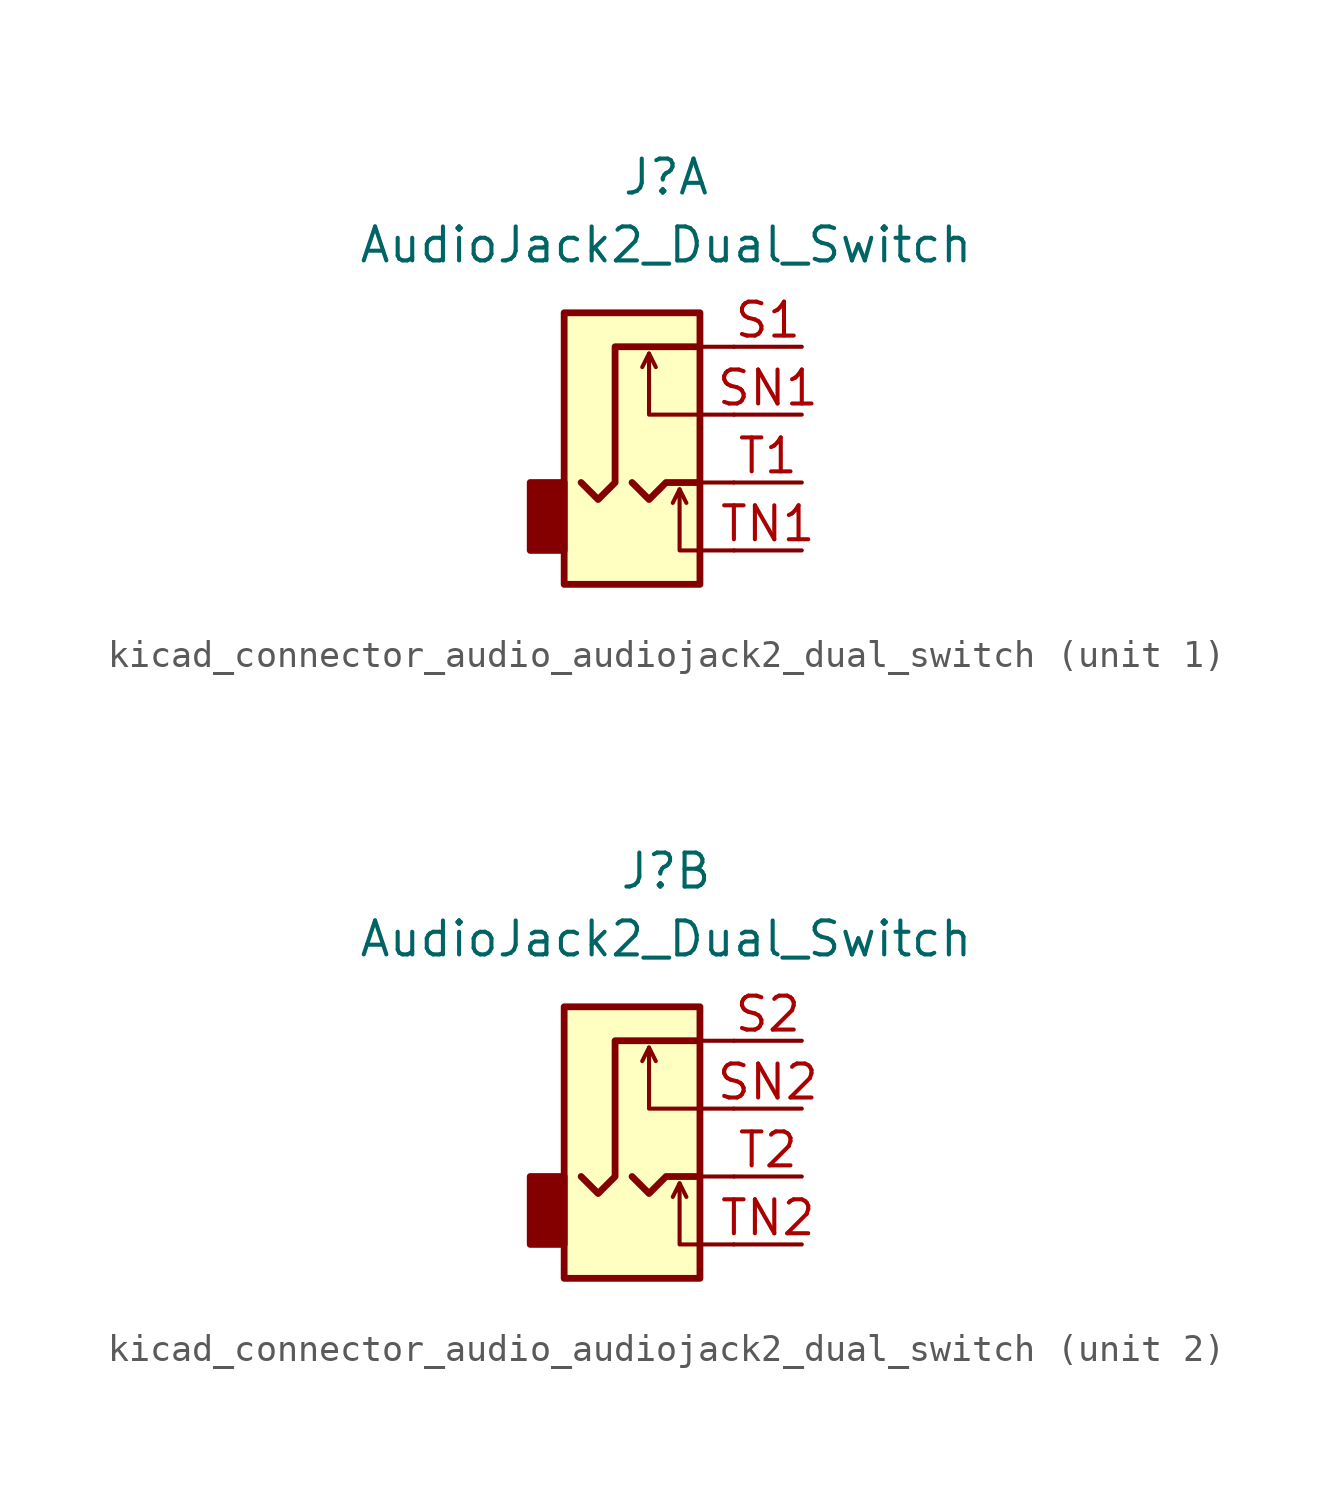
<source format=kicad_sym>
(kicad_symbol_lib
  (version 20220914)
  (generator kicad_symbol_editor)
  (symbol "kicad_connector_audio_audiojack2_dual_switch"
    (property "Reference" "J"
      (at 0 11.43 0)
      (effects (font (size 1.27 1.27))))
    (property "Value" "AudioJack2_Dual_Switch"
      (at 0 8.89 0)
      (effects (font (size 1.27 1.27))))
    (symbol "kicad_connector_audio_audiojack2_dual_switch_0_1"
      (rectangle (start -3.81 -2.54) (end -5.08 0) (stroke (width 0.254) (type default)) (fill (type outline)))
      (polyline (pts (xy -0.635 4.826) (xy -0.381 4.318)) (stroke (width 0) (type default)) (fill (type none)))
      (polyline (pts (xy 0.508 -0.254) (xy 0.762 -0.762)) (stroke (width 0) (type default)) (fill (type none)))
      (polyline (pts (xy 1.27 -2.54) (xy 2.54 -2.54)) (stroke (width 0) (type default)) (fill (type none)))
      (polyline (pts (xy 1.27 2.54) (xy 2.54 2.54)) (stroke (width 0) (type default)) (fill (type none)))
      (polyline (pts (xy 2.54 0) (xy 1.27 0)) (stroke (width 0) (type default)) (fill (type none)))
      (polyline (pts (xy 2.54 5.08) (xy 1.27 5.08)) (stroke (width 0) (type default)) (fill (type none)))
      (polyline (pts (xy -1.27 0) (xy -0.635 -0.635) (xy 0 0) (xy 1.27 0)) (stroke (width 0.254) (type default)) (fill (type none)))
      (polyline (pts (xy 1.27 -2.54) (xy 0.508 -2.54) (xy 0.508 -0.254) (xy 0.254 -0.762)) (stroke (width 0) (type default)) (fill (type none)))
      (polyline (pts (xy 1.27 2.54) (xy -0.635 2.54) (xy -0.635 4.826) (xy -0.889 4.318)) (stroke (width 0) (type default)) (fill (type none)))
      (polyline (pts (xy 1.27 5.08) (xy -1.905 5.08) (xy -1.905 0) (xy -2.54 -0.635) (xy -3.175 0)) (stroke (width 0.254) (type default)) (fill (type none)))
      (rectangle (start 1.27 6.35) (end -3.81 -3.81) (stroke (width 0.254) (type default)) (fill (type background))))
    (symbol "kicad_connector_audio_audiojack2_dual_switch_1_1"
      (pin passive line (at 5.08 5.08 180) (length 2.54) (name "~" (effects (font (size 1.27 1.27)))) (number "S1" (effects (font (size 1.27 1.27)))))
      (pin passive line (at 5.08 2.54 180) (length 2.54) (name "~" (effects (font (size 1.27 1.27)))) (number "SN1" (effects (font (size 1.27 1.27)))))
      (pin passive line (at 5.08 0 180) (length 2.54) (name "~" (effects (font (size 1.27 1.27)))) (number "T1" (effects (font (size 1.27 1.27)))))
      (pin passive line (at 5.08 -2.54 180) (length 2.54) (name "~" (effects (font (size 1.27 1.27)))) (number "TN1" (effects (font (size 1.27 1.27))))))
    (symbol "kicad_connector_audio_audiojack2_dual_switch_2_1"
      (pin passive line (at 5.08 5.08 180) (length 2.54) (name "~" (effects (font (size 1.27 1.27)))) (number "S2" (effects (font (size 1.27 1.27)))))
      (pin passive line (at 5.08 2.54 180) (length 2.54) (name "~" (effects (font (size 1.27 1.27)))) (number "SN2" (effects (font (size 1.27 1.27)))))
      (pin passive line (at 5.08 0 180) (length 2.54) (name "~" (effects (font (size 1.27 1.27)))) (number "T2" (effects (font (size 1.27 1.27)))))
      (pin passive line (at 5.08 -2.54 180) (length 2.54) (name "~" (effects (font (size 1.27 1.27)))) (number "TN2" (effects (font (size 1.27 1.27))))))))
</source>
